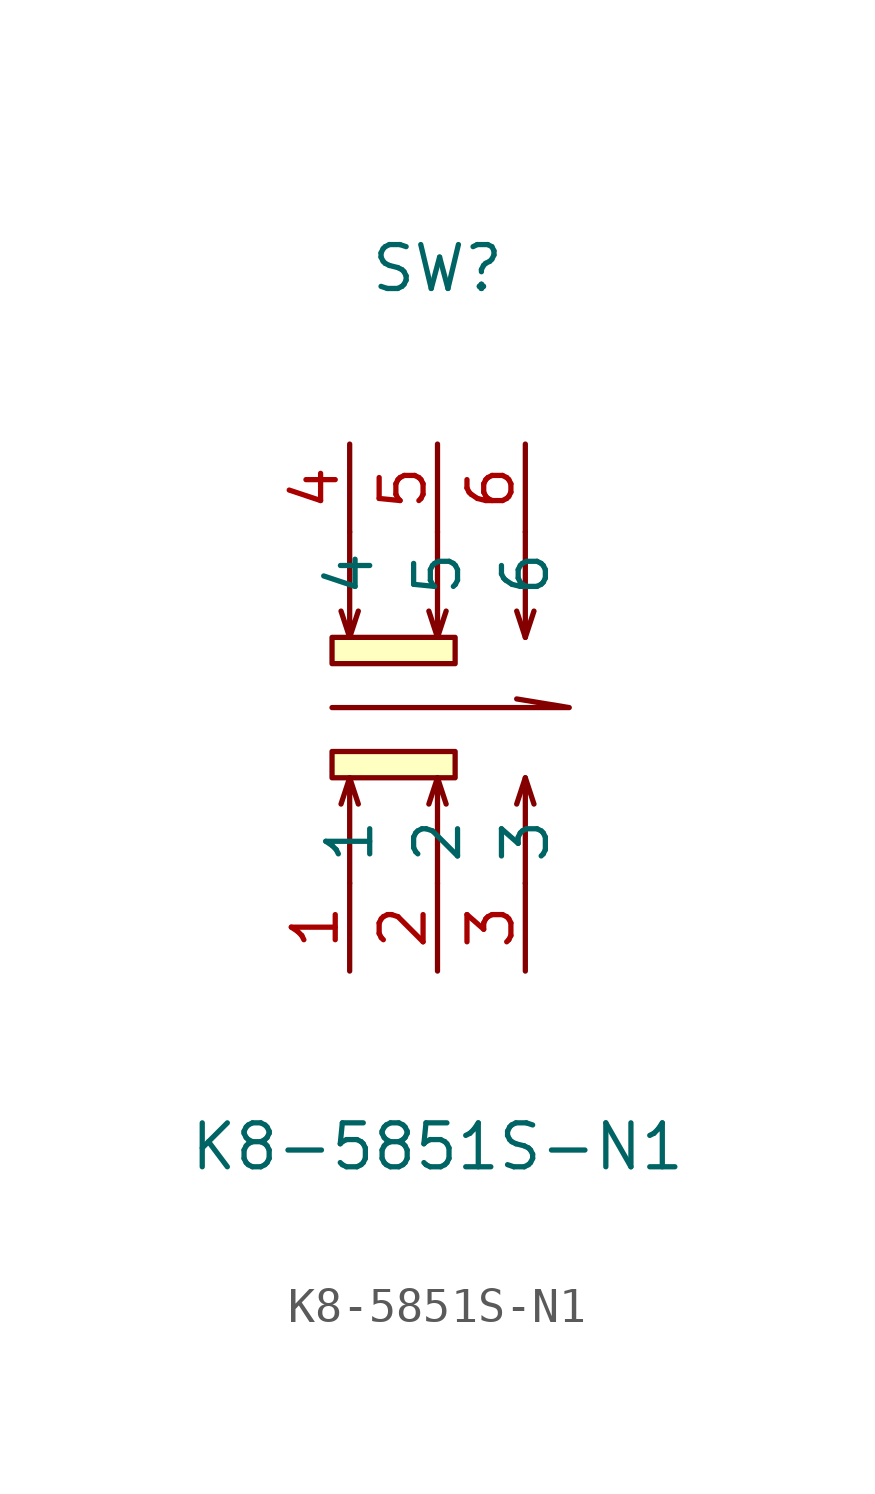
<source format=kicad_sym>
(kicad_symbol_lib
  (version 20211014)
  (generator https://github.com/uPesy/easyeda2kicad.py)
  (symbol "K8-5851S-N1"
    (property "Reference" "SW"
      (at 0 12.70 0)
      (effects (font (size 1.27 1.27))))
    (property "Value" "K8-5851S-N1"
      (at 0 -12.70 0)
      (effects (font (size 1.27 1.27))))
    (symbol "K8-5851S-N1_0_1"
      (rectangle (start -3.05 2.03) (end 0.51 1.27) (stroke (width 0) (type default) (color 0 0 0 0)) (fill (type background)))
      (rectangle (start -3.05 -1.27) (end 0.51 -2.03) (stroke (width 0) (type default) (color 0 0 0 0)) (fill (type background)))
      (polyline (pts (xy -3.05 -0.00) (xy 3.81 -0.00) (xy 2.29 0.25)) (stroke (width 0) (type default) (color 0 0 0 0)) (fill (type none)))
      (polyline (pts (xy -2.54 5.08) (xy -2.54 2.03) (xy -2.29 2.79)) (stroke (width 0) (type default) (color 0 0 0 0)) (fill (type none)))
      (polyline (pts (xy -2.54 2.03) (xy -2.79 2.79)) (stroke (width 0) (type default) (color 0 0 0 0)) (fill (type none)))
      (polyline (pts (xy 0.00 5.08) (xy 0.00 2.03) (xy 0.25 2.79)) (stroke (width 0) (type default) (color 0 0 0 0)) (fill (type none)))
      (polyline (pts (xy 0.00 2.03) (xy -0.25 2.79)) (stroke (width 0) (type default) (color 0 0 0 0)) (fill (type none)))
      (polyline (pts (xy 2.54 5.08) (xy 2.54 2.03) (xy 2.79 2.79)) (stroke (width 0) (type default) (color 0 0 0 0)) (fill (type none)))
      (polyline (pts (xy 2.54 2.03) (xy 2.29 2.79)) (stroke (width 0) (type default) (color 0 0 0 0)) (fill (type none)))
      (polyline (pts (xy -2.54 -5.08) (xy -2.54 -2.03) (xy -2.29 -2.79)) (stroke (width 0) (type default) (color 0 0 0 0)) (fill (type none)))
      (polyline (pts (xy -2.54 -2.03) (xy -2.79 -2.79)) (stroke (width 0) (type default) (color 0 0 0 0)) (fill (type none)))
      (polyline (pts (xy 0.00 -5.08) (xy 0.00 -2.03) (xy 0.25 -2.79)) (stroke (width 0) (type default) (color 0 0 0 0)) (fill (type none)))
      (polyline (pts (xy 0.00 -2.03) (xy -0.25 -2.79)) (stroke (width 0) (type default) (color 0 0 0 0)) (fill (type none)))
      (polyline (pts (xy 2.54 -5.08) (xy 2.54 -2.03) (xy 2.79 -2.79)) (stroke (width 0) (type default) (color 0 0 0 0)) (fill (type none)))
      (polyline (pts (xy 2.54 -2.03) (xy 2.29 -2.79)) (stroke (width 0) (type default) (color 0 0 0 0)) (fill (type none)))
      (pin unspecified line (at -2.54 -7.62 90) (length 2.54) (name "1" (effects (font (size 1.27 1.27)))) (number "1" (effects (font (size 1.27 1.27)))))
      (pin unspecified line (at 0.00 -7.62 90) (length 2.54) (name "2" (effects (font (size 1.27 1.27)))) (number "2" (effects (font (size 1.27 1.27)))))
      (pin unspecified line (at 2.54 -7.62 90) (length 2.54) (name "3" (effects (font (size 1.27 1.27)))) (number "3" (effects (font (size 1.27 1.27)))))
      (pin unspecified line (at -2.54 7.62 270) (length 2.54) (name "4" (effects (font (size 1.27 1.27)))) (number "4" (effects (font (size 1.27 1.27)))))
      (pin unspecified line (at 0.00 7.62 270) (length 2.54) (name "5" (effects (font (size 1.27 1.27)))) (number "5" (effects (font (size 1.27 1.27)))))
      (pin unspecified line (at 2.54 7.62 270) (length 2.54) (name "6" (effects (font (size 1.27 1.27)))) (number "6" (effects (font (size 1.27 1.27))))))))
</source>
